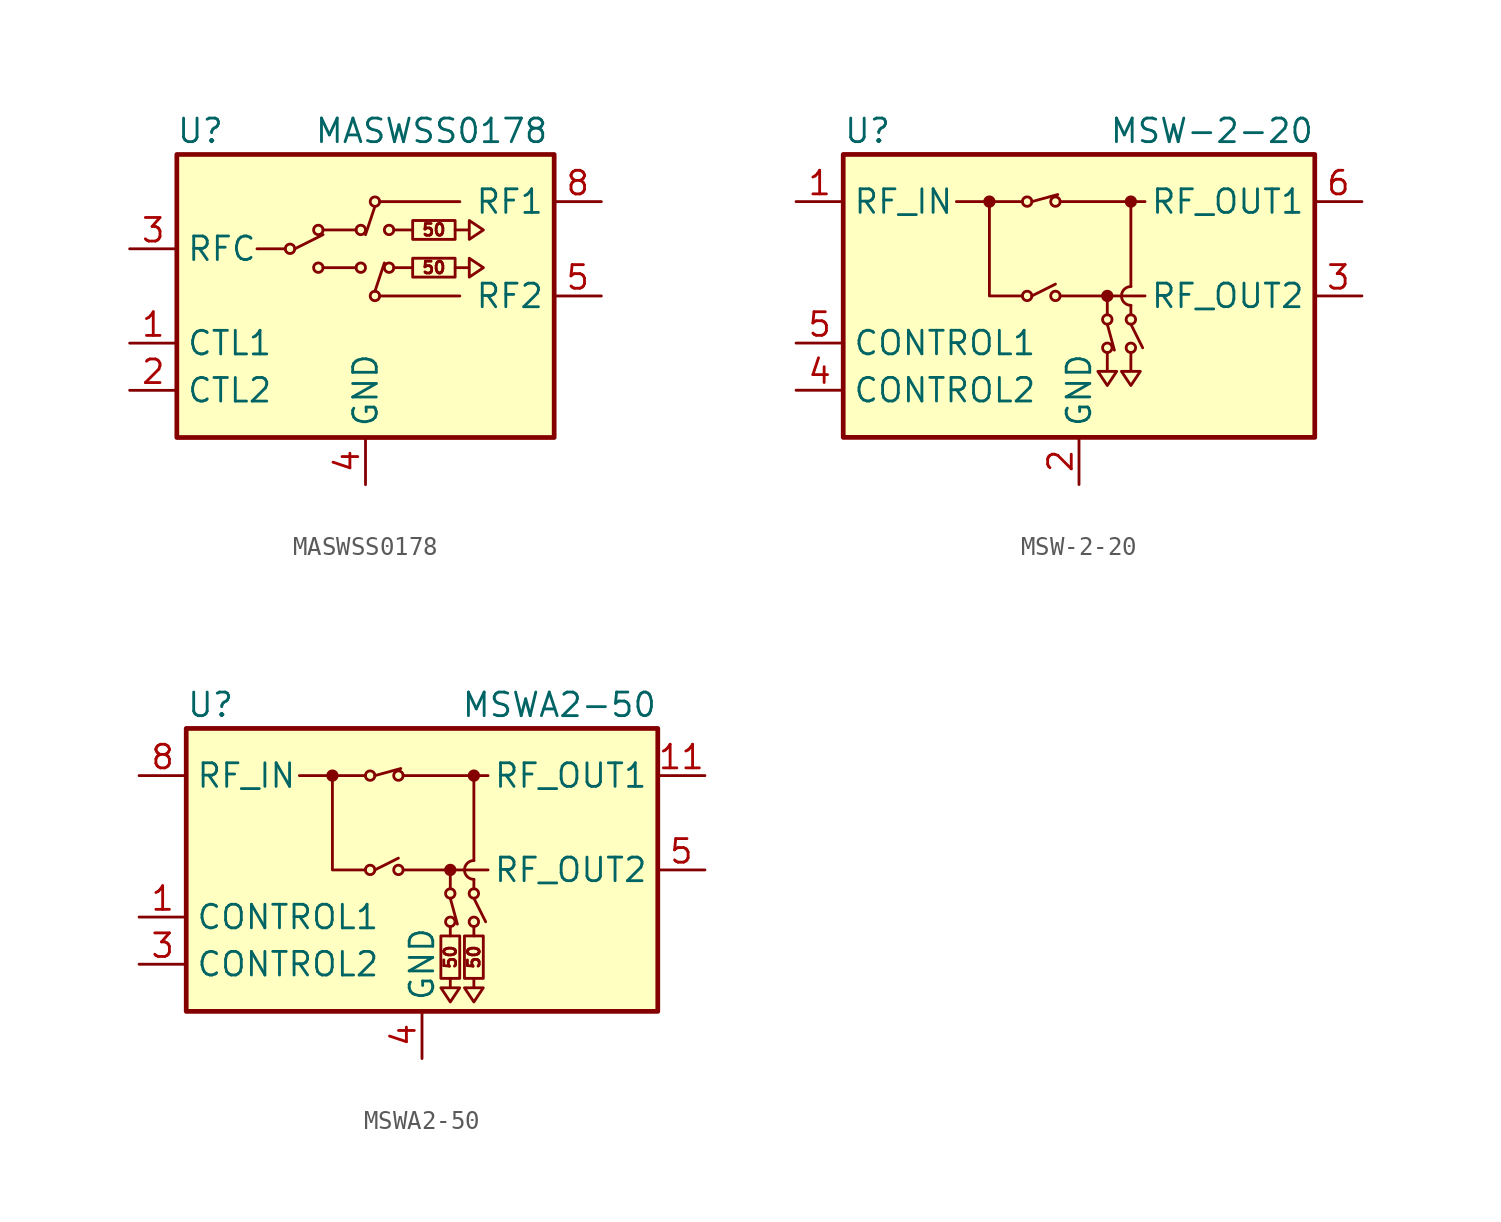
<source format=kicad_sym>
(kicad_symbol_lib
  (version 20231120)
  (generator "kicad_symbol_editor")
  (generator_version "8.0")
  (symbol "MASWSS0178"
    (property "Reference" "U"
      (at -8.89 8.89 0)
      (effects (font (size 1.27 1.27))))
    (property "Value" "MASWSS0178"
      (at 3.556 8.89 0)
      (effects (font (size 1.27 1.27))))
    (symbol "MASWSS0178_0_1"
      (polyline (pts (xy -4.318 2.54) (xy -5.842 2.54)) (stroke (width 0) (type default)) (fill (type none)))
      (polyline (pts (xy -2.286 1.524) (xy -0.508 1.524)) (stroke (width 0) (type default)) (fill (type none)))
      (polyline (pts (xy -0.508 3.556) (xy -2.286 3.556)) (stroke (width 0) (type default)) (fill (type none))))
    (symbol "MASWSS0178_1_1"
      (rectangle (start -10.16 7.62) (end 10.16 -7.62) (stroke (width 0.254) (type default)) (fill (type background)))
      (circle (center -4.064 2.54) (radius 0.254) (stroke (width 0) (type default)) (fill (type none)))
      (circle (center -2.54 1.524) (radius 0.254) (stroke (width 0) (type default)) (fill (type none)))
      (circle (center -2.54 3.556) (radius 0.254) (stroke (width 0) (type default)) (fill (type none)))
      (circle (center -0.254 1.524) (radius 0.254) (stroke (width 0) (type default)) (fill (type none)))
      (circle (center -0.254 3.556) (radius 0.254) (stroke (width 0) (type default)) (fill (type none)))
      (polyline (pts (xy -3.81 2.54) (xy -2.286 3.302)) (stroke (width 0) (type default)) (fill (type none)))
      (polyline (pts (xy 0.508 0.254) (xy 1.016 1.778)) (stroke (width 0) (type default)) (fill (type none)))
      (polyline (pts (xy 0.508 4.826) (xy 0 3.302)) (stroke (width 0) (type default)) (fill (type none)))
      (polyline (pts (xy 0.762 0) (xy 5.08 0)) (stroke (width 0) (type default)) (fill (type none)))
      (polyline (pts (xy 0.762 5.08) (xy 5.08 5.08)) (stroke (width 0) (type default)) (fill (type none)))
      (polyline (pts (xy 1.524 1.524) (xy 2.54 1.524)) (stroke (width 0) (type default)) (fill (type none)))
      (polyline (pts (xy 1.524 3.556) (xy 2.54 3.556)) (stroke (width 0) (type default)) (fill (type none)))
      (polyline (pts (xy 4.826 1.524) (xy 5.588 1.524) (xy 5.588 1.016) (xy 6.35 1.524) (xy 5.588 2.032) (xy 5.588 1.524)) (stroke (width 0) (type default)) (fill (type none)))
      (polyline (pts (xy 4.826 3.556) (xy 5.588 3.556) (xy 5.588 3.048) (xy 6.35 3.556) (xy 5.588 4.064) (xy 5.588 3.556)) (stroke (width 0) (type default)) (fill (type none)))
      (circle (center 0.508 0) (radius 0.254) (stroke (width 0) (type default)) (fill (type none)))
      (circle (center 0.508 5.08) (radius 0.254) (stroke (width 0) (type default)) (fill (type none)))
      (circle (center 1.27 1.524) (radius 0.254) (stroke (width 0) (type default)) (fill (type none)))
      (circle (center 1.27 3.556) (radius 0.254) (stroke (width 0) (type default)) (fill (type none)))
      (rectangle (start 2.54 1.016) (end 4.826 2.032) (stroke (width 0) (type default)) (fill (type none)))
      (rectangle (start 2.54 3.048) (end 4.826 4.064) (stroke (width 0) (type default)) (fill (type none)))
      (text "50" (at 3.683 1.524 0) (effects (font (size 0.635 0.635))))
      (text "50" (at 3.683 3.556 0) (effects (font (size 0.635 0.635))))
      (pin input line (at -12.7 -2.54 0) (length 2.54) (name "CTL1" (effects (font (size 1.27 1.27)))) (number "1" (effects (font (size 1.27 1.27)))))
      (pin input line (at -12.7 -5.08 0) (length 2.54) (name "CTL2" (effects (font (size 1.27 1.27)))) (number "2" (effects (font (size 1.27 1.27)))))
      (pin passive line (at -12.7 2.54 0) (length 2.54) (name "RFC" (effects (font (size 1.27 1.27)))) (number "3" (effects (font (size 1.27 1.27)))))
      (pin power_in line (at 0 -10.16 90) (length 2.54) (name "GND" (effects (font (size 1.27 1.27)))) (number "4" (effects (font (size 1.27 1.27)))))
      (pin passive line (at 12.7 0 180) (length 2.54) (name "RF2" (effects (font (size 1.27 1.27)))) (number "5" (effects (font (size 1.27 1.27)))))
      (pin passive line (at 0 -10.16 90) (length 2.54) hide (name "GND" (effects (font (size 1.27 1.27)))) (number "6" (effects (font (size 1.27 1.27)))))
      (pin passive line (at 0 -10.16 90) (length 2.54) hide (name "GND" (effects (font (size 1.27 1.27)))) (number "7" (effects (font (size 1.27 1.27)))))
      (pin passive line (at 12.7 5.08 180) (length 2.54) (name "RF1" (effects (font (size 1.27 1.27)))) (number "8" (effects (font (size 1.27 1.27)))))
      (pin passive line (at 0 -10.16 90) (length 2.54) hide (name "GND" (effects (font (size 1.27 1.27)))) (number "9" (effects (font (size 1.27 1.27)))))))
  (symbol "MSW-2-20"
    (property "Reference" "U"
      (at -12.7 8.89 0)
      (effects (font (size 1.27 1.27)) (justify left)))
    (property "Value" "MSW-2-20"
      (at 12.7 8.89 0)
      (effects (font (size 1.27 1.27)) (justify right)))
    (symbol "MSW-2-20_0_1"
      (rectangle (start -12.7 7.62) (end 12.7 -7.62) (stroke (width 0.254) (type default)) (fill (type background)))
      (circle (center -4.826 5.08) (radius 0.254) (stroke (width 0) (type default)) (fill (type outline)))
      (circle (center -2.794 0) (radius 0.254) (stroke (width 0) (type default)) (fill (type none)))
      (circle (center -2.794 5.08) (radius 0.254) (stroke (width 0) (type default)) (fill (type none)))
      (circle (center -1.27 0) (radius 0.254) (stroke (width 0) (type default)) (fill (type none)))
      (circle (center -1.27 5.08) (radius 0.254) (stroke (width 0) (type default)) (fill (type none)))
      (polyline (pts (xy -3.048 5.08) (xy -6.604 5.08)) (stroke (width 0) (type default)) (fill (type none)))
      (polyline (pts (xy -2.54 0) (xy -1.27 0.635)) (stroke (width 0) (type default)) (fill (type none)))
      (polyline (pts (xy -2.54 5.08) (xy -1.143 5.461)) (stroke (width 0) (type default)) (fill (type none)))
      (polyline (pts (xy -1.016 0) (xy 3.556 0)) (stroke (width 0) (type default)) (fill (type none)))
      (polyline (pts (xy -1.016 5.08) (xy 3.556 5.08)) (stroke (width 0) (type default)) (fill (type none)))
      (polyline (pts (xy 1.524 -1.524) (xy 1.905 -2.921)) (stroke (width 0) (type default)) (fill (type none)))
      (polyline (pts (xy 1.524 -1.016) (xy 1.524 0)) (stroke (width 0) (type default)) (fill (type none)))
      (polyline (pts (xy 2.794 -1.524) (xy 3.429 -2.794)) (stroke (width 0) (type default)) (fill (type none)))
      (polyline (pts (xy 2.794 -0.508) (xy 2.794 -1.016)) (stroke (width 0) (type default)) (fill (type none)))
      (polyline (pts (xy 2.794 5.08) (xy 2.794 0.508)) (stroke (width 0) (type default)) (fill (type none)))
      (polyline (pts (xy -4.826 5.08) (xy -4.826 0) (xy -3.048 0)) (stroke (width 0) (type default)) (fill (type none)))
      (polyline (pts (xy 1.524 -3.048) (xy 1.524 -4.064) (xy 1.016 -4.064) (xy 1.524 -4.826) (xy 2.032 -4.064) (xy 1.524 -4.064)) (stroke (width 0) (type default)) (fill (type none)))
      (polyline (pts (xy 2.794 -3.048) (xy 2.794 -4.064) (xy 2.286 -4.064) (xy 2.794 -4.826) (xy 3.302 -4.064) (xy 2.794 -4.064)) (stroke (width 0) (type default)) (fill (type none)))
      (circle (center 1.524 -2.794) (radius 0.254) (stroke (width 0) (type default)) (fill (type none)))
      (circle (center 1.524 -1.27) (radius 0.254) (stroke (width 0) (type default)) (fill (type none)))
      (circle (center 1.524 0) (radius 0.254) (stroke (width 0) (type default)) (fill (type outline)))
      (circle (center 2.794 -2.794) (radius 0.254) (stroke (width 0) (type default)) (fill (type none)))
      (circle (center 2.794 -1.27) (radius 0.254) (stroke (width 0) (type default)) (fill (type none)))
      (arc (start 2.794 0.508) (mid 2.2882 0) (end 2.794 -0.508) (stroke (width 0) (type default)) (fill (type none)))
      (circle (center 2.794 5.08) (radius 0.254) (stroke (width 0) (type default)) (fill (type outline))))
    (symbol "MSW-2-20_1_1"
      (pin passive line (at -15.24 5.08 0) (length 2.54) (name "RF_IN" (effects (font (size 1.27 1.27)))) (number "1" (effects (font (size 1.27 1.27)))))
      (pin power_in line (at 0 -10.16 90) (length 2.54) (name "GND" (effects (font (size 1.27 1.27)))) (number "2" (effects (font (size 1.27 1.27)))))
      (pin passive line (at 15.24 0 180) (length 2.54) (name "RF_OUT2" (effects (font (size 1.27 1.27)))) (number "3" (effects (font (size 1.27 1.27)))))
      (pin input line (at -15.24 -5.08 0) (length 2.54) (name "CONTROL2" (effects (font (size 1.27 1.27)))) (number "4" (effects (font (size 1.27 1.27)))))
      (pin input line (at -15.24 -2.54 0) (length 2.54) (name "CONTROL1" (effects (font (size 1.27 1.27)))) (number "5" (effects (font (size 1.27 1.27)))))
      (pin passive line (at 15.24 5.08 180) (length 2.54) (name "RF_OUT1" (effects (font (size 1.27 1.27)))) (number "6" (effects (font (size 1.27 1.27)))))
      (pin passive line (at 0 -10.16 90) (length 2.54) hide (name "GND" (effects (font (size 1.27 1.27)))) (number "7" (effects (font (size 1.27 1.27)))))
      (pin passive line (at 0 -10.16 90) (length 2.54) hide (name "GND" (effects (font (size 1.27 1.27)))) (number "8" (effects (font (size 1.27 1.27)))))))
  (symbol "MSWA2-50"
    (property "Reference" "U"
      (at -12.7 8.89 0)
      (effects (font (size 1.27 1.27)) (justify left)))
    (property "Value" "MSWA2-50"
      (at 12.7 8.89 0)
      (effects (font (size 1.27 1.27)) (justify right)))
    (symbol "MSWA2-50_0_0"
      (text "50" (at 1.524 -4.699 900) (effects (font (size 0.635 0.635))))
      (text "50" (at 2.794 -4.699 900) (effects (font (size 0.635 0.635)))))
    (symbol "MSWA2-50_0_1"
      (rectangle (start -12.7 7.62) (end 12.7 -7.62) (stroke (width 0.254) (type default)) (fill (type background)))
      (circle (center -4.826 5.08) (radius 0.254) (stroke (width 0) (type default)) (fill (type outline)))
      (circle (center -2.794 0) (radius 0.254) (stroke (width 0) (type default)) (fill (type none)))
      (circle (center -2.794 5.08) (radius 0.254) (stroke (width 0) (type default)) (fill (type none)))
      (circle (center -1.27 0) (radius 0.254) (stroke (width 0) (type default)) (fill (type none)))
      (circle (center -1.27 5.08) (radius 0.254) (stroke (width 0) (type default)) (fill (type none)))
      (polyline (pts (xy -3.048 5.08) (xy -6.604 5.08)) (stroke (width 0) (type default)) (fill (type none)))
      (polyline (pts (xy -2.54 0) (xy -1.27 0.635)) (stroke (width 0) (type default)) (fill (type none)))
      (polyline (pts (xy -2.54 5.08) (xy -1.143 5.461)) (stroke (width 0) (type default)) (fill (type none)))
      (polyline (pts (xy -1.016 0) (xy 3.556 0)) (stroke (width 0) (type default)) (fill (type none)))
      (polyline (pts (xy -1.016 5.08) (xy 3.556 5.08)) (stroke (width 0) (type default)) (fill (type none)))
      (polyline (pts (xy 1.524 -3.048) (xy 1.524 -3.556)) (stroke (width 0) (type default)) (fill (type none)))
      (polyline (pts (xy 1.524 -1.524) (xy 1.905 -2.921)) (stroke (width 0) (type default)) (fill (type none)))
      (polyline (pts (xy 1.524 -1.016) (xy 1.524 0)) (stroke (width 0) (type default)) (fill (type none)))
      (polyline (pts (xy 2.794 -3.048) (xy 2.794 -3.556)) (stroke (width 0) (type default)) (fill (type none)))
      (polyline (pts (xy 2.794 -1.524) (xy 3.429 -2.794)) (stroke (width 0) (type default)) (fill (type none)))
      (polyline (pts (xy 2.794 -0.508) (xy 2.794 -1.016)) (stroke (width 0) (type default)) (fill (type none)))
      (polyline (pts (xy 2.794 5.08) (xy 2.794 0.508)) (stroke (width 0) (type default)) (fill (type none)))
      (polyline (pts (xy -4.826 5.08) (xy -4.826 0) (xy -3.048 0)) (stroke (width 0) (type default)) (fill (type none)))
      (polyline (pts (xy 1.524 -5.842) (xy 1.524 -6.35) (xy 1.016 -6.35) (xy 1.524 -7.112) (xy 2.032 -6.35) (xy 1.524 -6.35)) (stroke (width 0) (type default)) (fill (type none)))
      (polyline (pts (xy 2.794 -5.842) (xy 2.794 -6.35) (xy 2.286 -6.35) (xy 2.794 -7.112) (xy 3.302 -6.35) (xy 2.794 -6.35)) (stroke (width 0) (type default)) (fill (type none)))
      (rectangle (start 1.016 -3.556) (end 2.032 -5.842) (stroke (width 0) (type default)) (fill (type none)))
      (circle (center 1.524 -2.794) (radius 0.254) (stroke (width 0) (type default)) (fill (type none)))
      (circle (center 1.524 -1.27) (radius 0.254) (stroke (width 0) (type default)) (fill (type none)))
      (circle (center 1.524 0) (radius 0.254) (stroke (width 0) (type default)) (fill (type outline)))
      (rectangle (start 2.286 -3.556) (end 3.302 -5.842) (stroke (width 0) (type default)) (fill (type none)))
      (circle (center 2.794 -2.794) (radius 0.254) (stroke (width 0) (type default)) (fill (type none)))
      (circle (center 2.794 -1.27) (radius 0.254) (stroke (width 0) (type default)) (fill (type none)))
      (arc (start 2.794 0.508) (mid 2.2882 0) (end 2.794 -0.508) (stroke (width 0) (type default)) (fill (type none)))
      (circle (center 2.794 5.08) (radius 0.254) (stroke (width 0) (type default)) (fill (type outline))))
    (symbol "MSWA2-50_1_1"
      (pin input line (at -15.24 -2.54 0) (length 2.54) (name "CONTROL1" (effects (font (size 1.27 1.27)))) (number "1" (effects (font (size 1.27 1.27)))))
      (pin passive line (at 0 -10.16 90) (length 2.54) hide (name "GND" (effects (font (size 1.27 1.27)))) (number "10" (effects (font (size 1.27 1.27)))))
      (pin passive line (at 15.24 5.08 180) (length 2.54) (name "RF_OUT1" (effects (font (size 1.27 1.27)))) (number "11" (effects (font (size 1.27 1.27)))))
      (pin passive line (at 0 -10.16 90) (length 2.54) hide (name "GND" (effects (font (size 1.27 1.27)))) (number "12" (effects (font (size 1.27 1.27)))))
      (pin passive line (at 0 -10.16 90) (length 2.54) hide (name "GND" (effects (font (size 1.27 1.27)))) (number "13" (effects (font (size 1.27 1.27)))))
      (pin no_connect line (at 12.7 -5.08 180) (length 2.54) hide (name "NC" (effects (font (size 1.27 1.27)))) (number "2" (effects (font (size 1.27 1.27)))))
      (pin input line (at -15.24 -5.08 0) (length 2.54) (name "CONTROL2" (effects (font (size 1.27 1.27)))) (number "3" (effects (font (size 1.27 1.27)))))
      (pin power_in line (at 0 -10.16 90) (length 2.54) (name "GND" (effects (font (size 1.27 1.27)))) (number "4" (effects (font (size 1.27 1.27)))))
      (pin passive line (at 15.24 0 180) (length 2.54) (name "RF_OUT2" (effects (font (size 1.27 1.27)))) (number "5" (effects (font (size 1.27 1.27)))))
      (pin passive line (at 0 -10.16 90) (length 2.54) hide (name "GND" (effects (font (size 1.27 1.27)))) (number "6" (effects (font (size 1.27 1.27)))))
      (pin passive line (at 0 -10.16 90) (length 2.54) hide (name "GND" (effects (font (size 1.27 1.27)))) (number "7" (effects (font (size 1.27 1.27)))))
      (pin passive line (at -15.24 5.08 0) (length 2.54) (name "RF_IN" (effects (font (size 1.27 1.27)))) (number "8" (effects (font (size 1.27 1.27)))))
      (pin passive line (at 0 -10.16 90) (length 2.54) hide (name "GND" (effects (font (size 1.27 1.27)))) (number "9" (effects (font (size 1.27 1.27))))))))
</source>
